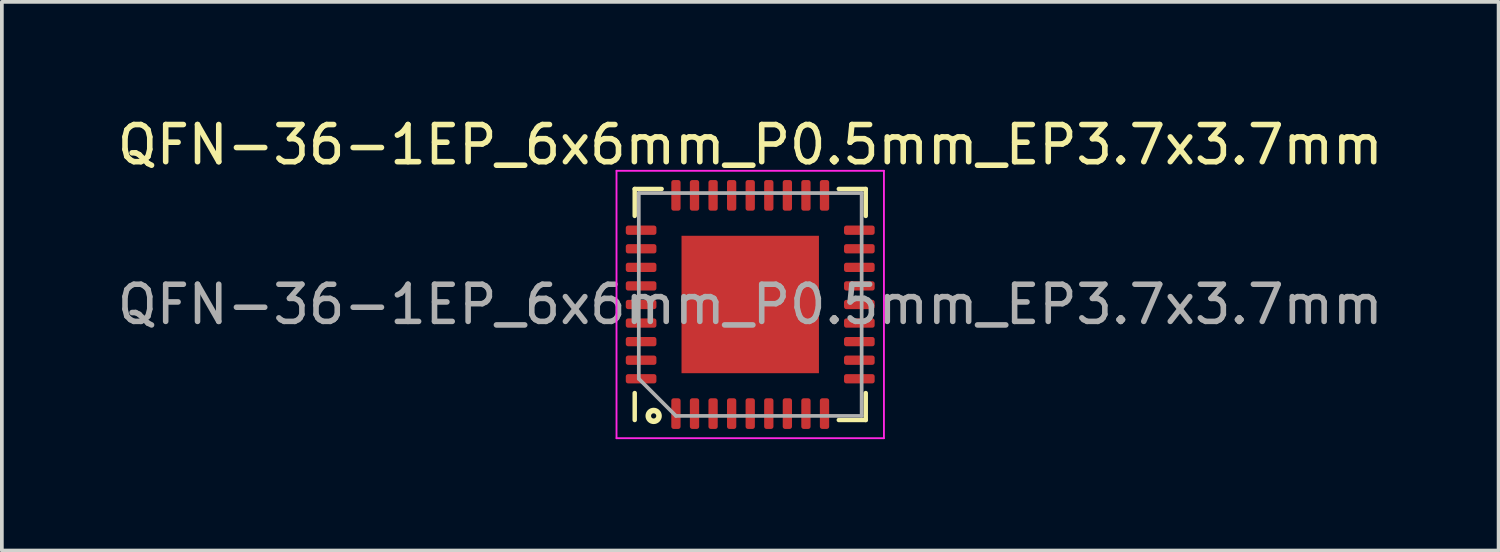
<source format=kicad_pcb>
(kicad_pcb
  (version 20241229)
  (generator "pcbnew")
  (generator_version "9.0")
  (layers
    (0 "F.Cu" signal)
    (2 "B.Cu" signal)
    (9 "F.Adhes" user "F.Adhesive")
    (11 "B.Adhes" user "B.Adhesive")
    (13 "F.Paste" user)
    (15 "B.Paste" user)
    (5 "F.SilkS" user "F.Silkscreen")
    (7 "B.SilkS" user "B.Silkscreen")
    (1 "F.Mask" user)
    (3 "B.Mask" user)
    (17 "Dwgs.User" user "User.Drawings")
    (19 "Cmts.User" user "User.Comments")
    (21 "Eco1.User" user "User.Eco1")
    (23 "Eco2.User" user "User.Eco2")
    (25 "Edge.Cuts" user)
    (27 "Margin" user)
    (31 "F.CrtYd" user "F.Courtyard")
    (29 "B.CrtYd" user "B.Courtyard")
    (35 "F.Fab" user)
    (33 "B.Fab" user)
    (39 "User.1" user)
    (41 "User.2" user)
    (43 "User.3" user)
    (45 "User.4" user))
  (footprint "QFN-36-1EP_6x6mm_P0.5mm_EP3.7x3.7mm"
    (layer "F.Cu")
    (at 17.149 5.148)
    (property "Reference" "QFN-36-1EP_6x6mm_P0.5mm_EP3.7x3.7mm" (at 0 -4.3 0) (layer "F.SilkS") (effects (font (size 1 1) (thickness 0.15))))
    (attr smd)
    (fp_line (start -3.11 -3.11) (end -2.385 -3.11) (stroke (width 0.12) (type solid)) (layer "F.SilkS"))
    (fp_line (start -3.11 -2.385) (end -3.11 -3.11) (stroke (width 0.12) (type solid)) (layer "F.SilkS"))
    (fp_line (start -3.11 2.385) (end -3.11 3.11) (stroke (width 0.12) (type solid)) (layer "F.SilkS"))
    (fp_line (start 3.11 -3.11) (end 2.385 -3.11) (stroke (width 0.12) (type solid)) (layer "F.SilkS"))
    (fp_line (start 3.11 -2.385) (end 3.11 -3.11) (stroke (width 0.12) (type solid)) (layer "F.SilkS"))
    (fp_line (start 3.11 2.385) (end 3.11 3.11) (stroke (width 0.12) (type solid)) (layer "F.SilkS"))
    (fp_line (start 3.11 3.11) (end 2.385 3.11) (stroke (width 0.12) (type solid)) (layer "F.SilkS"))
    (fp_circle (center -2.6 3) (end -2.53 3) (stroke (width 0.15) (type solid)) (fill no) (layer "F.SilkS"))
    (fp_line (start -3.6 -3.6) (end -3.6 3.6) (stroke (width 0.05) (type solid)) (layer "F.CrtYd"))
    (fp_line (start -3.6 3.6) (end 3.6 3.6) (stroke (width 0.05) (type solid)) (layer "F.CrtYd"))
    (fp_line (start 3.6 -3.6) (end -3.6 -3.6) (stroke (width 0.05) (type solid)) (layer "F.CrtYd"))
    (fp_line (start 3.6 3.6) (end 3.6 -3.6) (stroke (width 0.05) (type solid)) (layer "F.CrtYd"))
    (fp_line (start -3 -3) (end 3 -3) (stroke (width 0.1) (type solid)) (layer "F.Fab"))
    (fp_line (start -3 2) (end -3 -3) (stroke (width 0.1) (type solid)) (layer "F.Fab"))
    (fp_line (start -2 3) (end -3 2) (stroke (width 0.1) (type solid)) (layer "F.Fab"))
    (fp_line (start 3 -3) (end 3 3) (stroke (width 0.1) (type solid)) (layer "F.Fab"))
    (fp_line (start 3 3) (end -2 3) (stroke (width 0.1) (type solid)) (layer "F.Fab"))
    (fp_text user "${REFERENCE}" (at 0 0 0) (layer "F.Fab") (effects (font (size 1 1) (thickness 0.15))))
    (pad "" smd roundrect (at -1.23 -1.23 90) (size 0.99 0.99) (layers "F.Paste") (roundrect_rratio 0.25))
    (pad "" smd roundrect (at -1.23 0 90) (size 0.99 0.99) (layers "F.Paste") (roundrect_rratio 0.25))
    (pad "" smd roundrect (at -1.23 1.23 90) (size 0.99 0.99) (layers "F.Paste") (roundrect_rratio 0.25))
    (pad "" smd roundrect (at 0 -1.23 90) (size 0.99 0.99) (layers "F.Paste") (roundrect_rratio 0.25))
    (pad "" smd roundrect (at 0 0 90) (size 0.99 0.99) (layers "F.Paste") (roundrect_rratio 0.25))
    (pad "" smd roundrect (at 0 1.23 90) (size 0.99 0.99) (layers "F.Paste") (roundrect_rratio 0.25))
    (pad "" smd roundrect (at 1.23 -1.23 90) (size 0.99 0.99) (layers "F.Paste") (roundrect_rratio 0.25))
    (pad "" smd roundrect (at 1.23 0 90) (size 0.99 0.99) (layers "F.Paste") (roundrect_rratio 0.25))
    (pad "" smd roundrect (at 1.23 1.23 90) (size 0.99 0.99) (layers "F.Paste") (roundrect_rratio 0.25))
    (pad "1" smd roundrect (at -2 2.938 90) (size 0.825 0.25) (layers "F.Cu" "F.Mask" "F.Paste") (roundrect_rratio 0.25))
    (pad "2" smd roundrect (at -1.5 2.938 90) (size 0.825 0.25) (layers "F.Cu" "F.Mask" "F.Paste") (roundrect_rratio 0.25))
    (pad "3" smd roundrect (at -1 2.938 90) (size 0.825 0.25) (layers "F.Cu" "F.Mask" "F.Paste") (roundrect_rratio 0.25))
    (pad "4" smd roundrect (at -0.5 2.938 90) (size 0.825 0.25) (layers "F.Cu" "F.Mask" "F.Paste") (roundrect_rratio 0.25))
    (pad "5" smd roundrect (at 0 2.938 90) (size 0.825 0.25) (layers "F.Cu" "F.Mask" "F.Paste") (roundrect_rratio 0.25))
    (pad "6" smd roundrect (at 0.5 2.938 90) (size 0.825 0.25) (layers "F.Cu" "F.Mask" "F.Paste") (roundrect_rratio 0.25))
    (pad "7" smd roundrect (at 1 2.938 90) (size 0.825 0.25) (layers "F.Cu" "F.Mask" "F.Paste") (roundrect_rratio 0.25))
    (pad "8" smd roundrect (at 1.5 2.938 90) (size 0.825 0.25) (layers "F.Cu" "F.Mask" "F.Paste") (roundrect_rratio 0.25))
    (pad "9" smd roundrect (at 2 2.938 90) (size 0.825 0.25) (layers "F.Cu" "F.Mask" "F.Paste") (roundrect_rratio 0.25))
    (pad "10" smd roundrect (at 2.938 2 90) (size 0.25 0.825) (layers "F.Cu" "F.Mask" "F.Paste") (roundrect_rratio 0.25))
    (pad "11" smd roundrect (at 2.938 1.5 90) (size 0.25 0.825) (layers "F.Cu" "F.Mask" "F.Paste") (roundrect_rratio 0.25))
    (pad "12" smd roundrect (at 2.938 1 90) (size 0.25 0.825) (layers "F.Cu" "F.Mask" "F.Paste") (roundrect_rratio 0.25))
    (pad "13" smd roundrect (at 2.938 0.5 90) (size 0.25 0.825) (layers "F.Cu" "F.Mask" "F.Paste") (roundrect_rratio 0.25))
    (pad "14" smd roundrect (at 2.938 0 90) (size 0.25 0.825) (layers "F.Cu" "F.Mask" "F.Paste") (roundrect_rratio 0.25))
    (pad "15" smd roundrect (at 2.938 -0.5 90) (size 0.25 0.825) (layers "F.Cu" "F.Mask" "F.Paste") (roundrect_rratio 0.25))
    (pad "16" smd roundrect (at 2.938 -1 90) (size 0.25 0.825) (layers "F.Cu" "F.Mask" "F.Paste") (roundrect_rratio 0.25))
    (pad "17" smd roundrect (at 2.938 -1.5 90) (size 0.25 0.825) (layers "F.Cu" "F.Mask" "F.Paste") (roundrect_rratio 0.25))
    (pad "18" smd roundrect (at 2.938 -2 90) (size 0.25 0.825) (layers "F.Cu" "F.Mask" "F.Paste") (roundrect_rratio 0.25))
    (pad "19" smd roundrect (at 2 -2.938 90) (size 0.825 0.25) (layers "F.Cu" "F.Mask" "F.Paste") (roundrect_rratio 0.25))
    (pad "20" smd roundrect (at 1.5 -2.938 90) (size 0.825 0.25) (layers "F.Cu" "F.Mask" "F.Paste") (roundrect_rratio 0.25))
    (pad "21" smd roundrect (at 1 -2.938 90) (size 0.825 0.25) (layers "F.Cu" "F.Mask" "F.Paste") (roundrect_rratio 0.25))
    (pad "22" smd roundrect (at 0.5 -2.938 90) (size 0.825 0.25) (layers "F.Cu" "F.Mask" "F.Paste") (roundrect_rratio 0.25))
    (pad "23" smd roundrect (at 0 -2.938 90) (size 0.825 0.25) (layers "F.Cu" "F.Mask" "F.Paste") (roundrect_rratio 0.25))
    (pad "24" smd roundrect (at -0.5 -2.938 90) (size 0.825 0.25) (layers "F.Cu" "F.Mask" "F.Paste") (roundrect_rratio 0.25))
    (pad "25" smd roundrect (at -1 -2.938 90) (size 0.825 0.25) (layers "F.Cu" "F.Mask" "F.Paste") (roundrect_rratio 0.25))
    (pad "26" smd roundrect (at -1.5 -2.938 90) (size 0.825 0.25) (layers "F.Cu" "F.Mask" "F.Paste") (roundrect_rratio 0.25))
    (pad "27" smd roundrect (at -2 -2.938 90) (size 0.825 0.25) (layers "F.Cu" "F.Mask" "F.Paste") (roundrect_rratio 0.25))
    (pad "28" smd roundrect (at -2.938 -2 90) (size 0.25 0.825) (layers "F.Cu" "F.Mask" "F.Paste") (roundrect_rratio 0.25))
    (pad "29" smd roundrect (at -2.938 -1.5 90) (size 0.25 0.825) (layers "F.Cu" "F.Mask" "F.Paste") (roundrect_rratio 0.25))
    (pad "30" smd roundrect (at -2.938 -1 90) (size 0.25 0.825) (layers "F.Cu" "F.Mask" "F.Paste") (roundrect_rratio 0.25))
    (pad "31" smd roundrect (at -2.938 -0.5 90) (size 0.25 0.825) (layers "F.Cu" "F.Mask" "F.Paste") (roundrect_rratio 0.25))
    (pad "32" smd roundrect (at -2.938 0 90) (size 0.25 0.825) (layers "F.Cu" "F.Mask" "F.Paste") (roundrect_rratio 0.25))
    (pad "33" smd roundrect (at -2.938 0.5 90) (size 0.25 0.825) (layers "F.Cu" "F.Mask" "F.Paste") (roundrect_rratio 0.25))
    (pad "34" smd roundrect (at -2.938 1 90) (size 0.25 0.825) (layers "F.Cu" "F.Mask" "F.Paste") (roundrect_rratio 0.25))
    (pad "35" smd roundrect (at -2.938 1.5 90) (size 0.25 0.825) (layers "F.Cu" "F.Mask" "F.Paste") (roundrect_rratio 0.25))
    (pad "36" smd roundrect (at -2.938 2 90) (size 0.25 0.825) (layers "F.Cu" "F.Mask" "F.Paste") (roundrect_rratio 0.25))
    (pad "37" smd rect (at 0 0 90) (size 3.7 3.7) (layers "F.Cu" "F.Mask")))
  (gr_rect
    (start -3 -3)
    (end 37.298 11.773)
    (stroke (width 0.1) (type default))
    (fill no)
    (layer "Edge.Cuts")))
</source>
